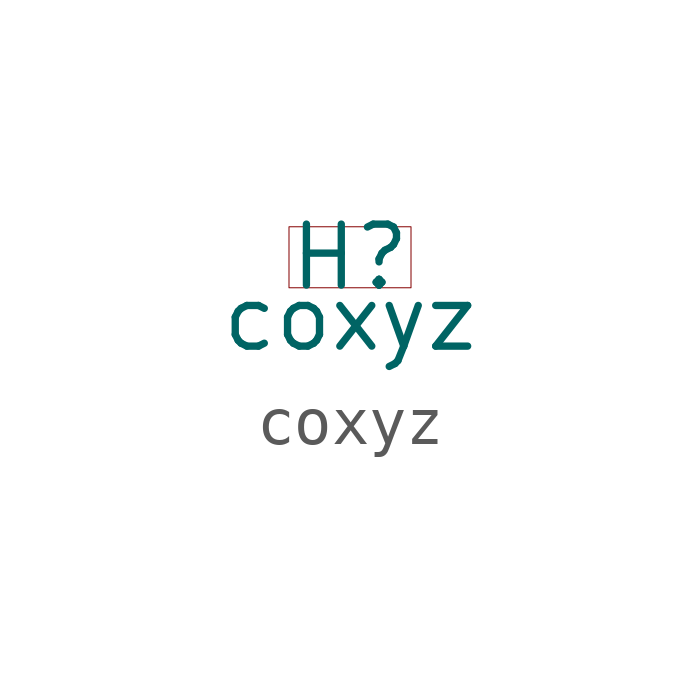
<source format=kicad_sym>
(kicad_symbol_lib
  (version 20231120)
  (generator "kicad_symbol_editor")
  (generator_version "8.0")
  (symbol "coxyz"
    (pin_numbers hide)
    (pin_names
      (offset 0) hide)
    (property "Reference" "H"
      (at 0 0 0)
      (effects (font (size 1.27 1.27))))
    (property "Value" "coxyz"
      (at 0 -1.27 0)
      (effects (font (size 1.27 1.27))))
    (symbol "coxyz_0_1"
      (rectangle (start 1.27 -0.635) (end -1.27 0.635) (stroke (width 0.001) (type default)) (fill (type none))))))
</source>
